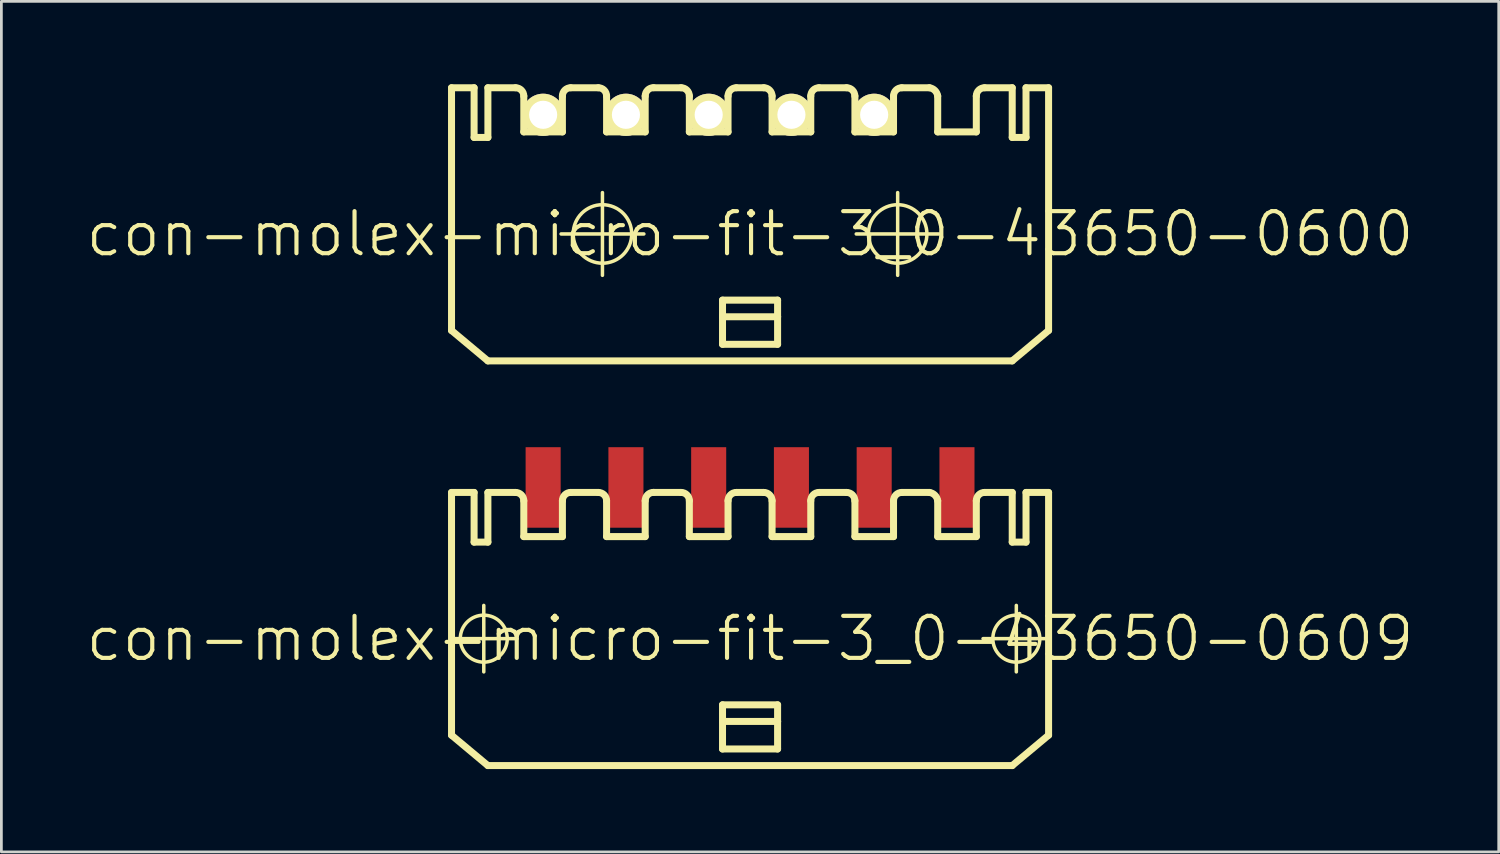
<source format=kicad_pcb>
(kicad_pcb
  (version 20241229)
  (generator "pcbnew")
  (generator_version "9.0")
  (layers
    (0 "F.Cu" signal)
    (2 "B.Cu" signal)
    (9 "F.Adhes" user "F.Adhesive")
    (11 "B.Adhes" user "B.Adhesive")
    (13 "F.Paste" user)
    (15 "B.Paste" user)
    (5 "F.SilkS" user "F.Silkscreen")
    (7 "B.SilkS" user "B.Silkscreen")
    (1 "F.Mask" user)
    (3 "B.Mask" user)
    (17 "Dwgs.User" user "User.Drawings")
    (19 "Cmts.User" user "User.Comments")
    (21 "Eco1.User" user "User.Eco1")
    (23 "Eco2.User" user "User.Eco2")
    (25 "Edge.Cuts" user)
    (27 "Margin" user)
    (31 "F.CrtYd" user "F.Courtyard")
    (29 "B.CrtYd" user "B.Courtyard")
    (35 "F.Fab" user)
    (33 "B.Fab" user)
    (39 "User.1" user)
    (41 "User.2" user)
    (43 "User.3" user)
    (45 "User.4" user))
  (footprint "con-molex-micro-fit-3_0-43650-0600"
    (layer "F.Cu")
    (at 24.13 5.428)
    (property "Reference" "con-molex-micro-fit-3_0-43650-0600" (at 0 0 0) (layer "F.SilkS") (effects (font (size 1.524 1.524) (thickness 0.15))))
    (attr exclude_from_pos_files exclude_from_bom)
    (fp_line (start -10.818 -5.298) (end -10 -5.298) (stroke (width 0.254) (type solid)) (layer "F.SilkS"))
    (fp_line (start -10.818 3.498) (end -10.818 -5.298) (stroke (width 0.254) (type solid)) (layer "F.SilkS"))
    (fp_line (start -10.818 3.498) (end -9.5 4.6) (stroke (width 0.254) (type solid)) (layer "F.SilkS"))
    (fp_line (start -10 -5.298) (end -10 -3.498) (stroke (width 0.254) (type solid)) (layer "F.SilkS"))
    (fp_line (start -10 -3.498) (end -9.5 -3.498) (stroke (width 0.254) (type solid)) (layer "F.SilkS"))
    (fp_line (start -9.5 -5.298) (end -8.499 -5.298) (stroke (width 0.254) (type solid)) (layer "F.SilkS"))
    (fp_line (start -9.5 -3.498) (end -9.5 -5.298) (stroke (width 0.254) (type solid)) (layer "F.SilkS"))
    (fp_line (start -8.199 -3.698) (end -8.199 -4.999) (stroke (width 0.254) (type solid)) (layer "F.SilkS"))
    (fp_line (start -8.199 -3.698) (end -6.8 -3.698) (stroke (width 0.254) (type solid)) (layer "F.SilkS"))
    (fp_line (start -6.848 0) (end -3.848 0) (stroke (width 0.127) (type solid)) (layer "F.SilkS"))
    (fp_line (start -6.8 -3.698) (end -6.8 -4.999) (stroke (width 0.254) (type solid)) (layer "F.SilkS"))
    (fp_line (start -6.5 -5.298) (end -5.499 -5.298) (stroke (width 0.254) (type solid)) (layer "F.SilkS"))
    (fp_line (start -5.349 1.499) (end -5.349 -1.499) (stroke (width 0.127) (type solid)) (layer "F.SilkS"))
    (fp_line (start -5.199 -3.698) (end -5.199 -4.999) (stroke (width 0.254) (type solid)) (layer "F.SilkS"))
    (fp_line (start -5.199 -3.698) (end -3.8 -3.698) (stroke (width 0.254) (type solid)) (layer "F.SilkS"))
    (fp_line (start -3.8 -3.698) (end -3.8 -4.999) (stroke (width 0.254) (type solid)) (layer "F.SilkS"))
    (fp_line (start -3.498 -5.298) (end -2.499 -5.298) (stroke (width 0.254) (type solid)) (layer "F.SilkS"))
    (fp_line (start -2.2 -3.698) (end -2.2 -4.999) (stroke (width 0.254) (type solid)) (layer "F.SilkS"))
    (fp_line (start -2.2 -3.698) (end -0.798 -3.698) (stroke (width 0.254) (type solid)) (layer "F.SilkS"))
    (fp_line (start -0.998 2.398) (end 0.998 2.398) (stroke (width 0.254) (type solid)) (layer "F.SilkS"))
    (fp_line (start -0.998 3) (end -0.998 2.398) (stroke (width 0.254) (type solid)) (layer "F.SilkS"))
    (fp_line (start -0.998 3) (end 0.998 3) (stroke (width 0.254) (type solid)) (layer "F.SilkS"))
    (fp_line (start -0.998 3.998) (end -0.998 3) (stroke (width 0.254) (type solid)) (layer "F.SilkS"))
    (fp_line (start -0.798 -3.698) (end -0.798 -4.999) (stroke (width 0.254) (type solid)) (layer "F.SilkS"))
    (fp_line (start -0.498 -5.298) (end 0.498 -5.298) (stroke (width 0.254) (type solid)) (layer "F.SilkS"))
    (fp_line (start 0.798 -3.698) (end 0.798 -4.999) (stroke (width 0.254) (type solid)) (layer "F.SilkS"))
    (fp_line (start 0.798 -3.698) (end 2.2 -3.698) (stroke (width 0.254) (type solid)) (layer "F.SilkS"))
    (fp_line (start 0.998 2.398) (end 0.998 3) (stroke (width 0.254) (type solid)) (layer "F.SilkS"))
    (fp_line (start 0.998 3) (end 0.998 3.998) (stroke (width 0.254) (type solid)) (layer "F.SilkS"))
    (fp_line (start 0.998 3.998) (end -0.998 3.998) (stroke (width 0.254) (type solid)) (layer "F.SilkS"))
    (fp_line (start 2.2 -3.698) (end 2.2 -4.999) (stroke (width 0.254) (type solid)) (layer "F.SilkS"))
    (fp_line (start 2.499 -5.298) (end 3.498 -5.298) (stroke (width 0.254) (type solid)) (layer "F.SilkS"))
    (fp_line (start 3.8 -3.698) (end 3.8 -4.999) (stroke (width 0.254) (type solid)) (layer "F.SilkS"))
    (fp_line (start 3.8 -3.698) (end 5.199 -3.698) (stroke (width 0.254) (type solid)) (layer "F.SilkS"))
    (fp_line (start 3.848 0) (end 6.848 0) (stroke (width 0.127) (type solid)) (layer "F.SilkS"))
    (fp_line (start 5.199 -3.698) (end 5.199 -4.999) (stroke (width 0.254) (type solid)) (layer "F.SilkS"))
    (fp_line (start 5.349 1.499) (end 5.349 -1.499) (stroke (width 0.127) (type solid)) (layer "F.SilkS"))
    (fp_line (start 5.499 -5.298) (end 6.5 -5.298) (stroke (width 0.254) (type solid)) (layer "F.SilkS"))
    (fp_line (start 6.8 -4.999) (end 6.8 -3.698) (stroke (width 0.254) (type solid)) (layer "F.SilkS"))
    (fp_line (start 6.8 -3.698) (end 8.199 -3.698) (stroke (width 0.254) (type solid)) (layer "F.SilkS"))
    (fp_line (start 8.199 -3.698) (end 8.199 -4.999) (stroke (width 0.254) (type solid)) (layer "F.SilkS"))
    (fp_line (start 8.499 -5.298) (end 9.5 -5.298) (stroke (width 0.254) (type solid)) (layer "F.SilkS"))
    (fp_line (start 9.5 -3.498) (end 9.5 -5.298) (stroke (width 0.254) (type solid)) (layer "F.SilkS"))
    (fp_line (start 9.5 4.6) (end -9.5 4.6) (stroke (width 0.254) (type solid)) (layer "F.SilkS"))
    (fp_line (start 10 -5.298) (end 10 -3.498) (stroke (width 0.254) (type solid)) (layer "F.SilkS"))
    (fp_line (start 10 -5.298) (end 10.818 -5.298) (stroke (width 0.254) (type solid)) (layer "F.SilkS"))
    (fp_line (start 10 -3.498) (end 9.5 -3.498) (stroke (width 0.254) (type solid)) (layer "F.SilkS"))
    (fp_line (start 10.818 -5.298) (end 10.818 3.498) (stroke (width 0.254) (type solid)) (layer "F.SilkS"))
    (fp_line (start 10.818 3.498) (end 9.5 4.6) (stroke (width 0.254) (type solid)) (layer "F.SilkS"))
    (fp_arc (start -8.49884 -5.29844) (mid -8.286906 -5.210654) (end -8.19912 -4.99872) (stroke (width 0.254) (type solid)) (layer "F.SilkS"))
    (fp_arc (start -6.79958 -4.99872) (mid -6.711794 -5.210654) (end -6.49986 -5.29844) (stroke (width 0.254) (type solid)) (layer "F.SilkS"))
    (fp_arc (start -5.4991 -5.29844) (mid -5.287166 -5.210654) (end -5.19938 -4.99872) (stroke (width 0.254) (type solid)) (layer "F.SilkS"))
    (fp_arc (start -3.79984 -4.99872) (mid -3.71131 -5.21245) (end -3.49758 -5.30098) (stroke (width 0.254) (type solid)) (layer "F.SilkS"))
    (fp_arc (start -2.49936 -5.29844) (mid -2.287426 -5.210654) (end -2.19964 -4.99872) (stroke (width 0.254) (type solid)) (layer "F.SilkS"))
    (fp_arc (start -0.79756 -4.99872) (mid -0.709774 -5.210654) (end -0.49784 -5.29844) (stroke (width 0.254) (type solid)) (layer "F.SilkS"))
    (fp_arc (start 0.49784 -5.29844) (mid 0.709774 -5.210654) (end 0.79756 -4.99872) (stroke (width 0.254) (type solid)) (layer "F.SilkS"))
    (fp_arc (start 2.19964 -4.99872) (mid 2.287426 -5.210654) (end 2.49936 -5.29844) (stroke (width 0.254) (type solid)) (layer "F.SilkS"))
    (fp_arc (start 3.49758 -5.29844) (mid 3.709514 -5.210654) (end 3.7973 -4.99872) (stroke (width 0.254) (type solid)) (layer "F.SilkS"))
    (fp_arc (start 5.19938 -4.99872) (mid 5.287166 -5.210654) (end 5.4991 -5.29844) (stroke (width 0.254) (type solid)) (layer "F.SilkS"))
    (fp_arc (start 6.49986 -5.29844) (mid 6.699925 -5.197943) (end 6.799749 -4.997541) (stroke (width 0.254) (type solid)) (layer "F.SilkS"))
    (fp_arc (start 8.19912 -4.99872) (mid 8.286906 -5.210654) (end 8.49884 -5.29844) (stroke (width 0.254) (type solid)) (layer "F.SilkS"))
    (fp_circle (center -5.349 0) (end -6.099 0.749) (stroke (width 0.127) (type solid)) (fill no) (layer "F.SilkS"))
    (fp_circle (center 5.349 0) (end 6.099 0.749) (stroke (width 0.127) (type solid)) (fill no) (layer "F.SilkS"))
    (pad "P$1" thru_hole rect (at 7.498 -4.318) (size 0.001 0.001) (drill 1.019) (layers "*.Cu" "F.Mask" "F.SilkS" "F.Paste"))
    (pad "P$2" thru_hole circle (at 4.498 -4.318) (size 1.529 1.529) (drill 1.019) (layers "*.Cu" "F.Mask" "F.SilkS" "F.Paste"))
    (pad "P$3" thru_hole circle (at 1.499 -4.318) (size 1.529 1.529) (drill 1.019) (layers "*.Cu" "F.Mask" "F.SilkS" "F.Paste"))
    (pad "P$4" thru_hole circle (at -1.499 -4.318) (size 1.529 1.529) (drill 1.019) (layers "*.Cu" "F.Mask" "F.SilkS" "F.Paste"))
    (pad "P$5" thru_hole circle (at -4.498 -4.318) (size 1.529 1.529) (drill 1.019) (layers "*.Cu" "F.Mask" "F.SilkS" "F.Paste"))
    (pad "P$6" thru_hole circle (at -7.498 -4.318) (size 1.529 1.529) (drill 1.019) (layers "*.Cu" "F.Mask" "F.SilkS" "F.Paste")))
  (footprint "con-molex-micro-fit-3_0-43650-0609"
    (layer "F.Cu")
    (at 24.13 20.093)
    (property "Reference" "con-molex-micro-fit-3_0-43650-0609" (at 0 0 0) (layer "F.SilkS") (effects (font (size 1.524 1.524) (thickness 0.15))))
    (attr smd)
    (fp_line (start -10.853 0) (end -8.443 0) (stroke (width 0.127) (type solid)) (layer "F.SilkS"))
    (fp_line (start -10.818 -5.298) (end -10 -5.298) (stroke (width 0.254) (type solid)) (layer "F.SilkS"))
    (fp_line (start -10.818 3.498) (end -10.818 -5.298) (stroke (width 0.254) (type solid)) (layer "F.SilkS"))
    (fp_line (start -10.818 3.498) (end -9.5 4.6) (stroke (width 0.254) (type solid)) (layer "F.SilkS"))
    (fp_line (start -10 -5.298) (end -10 -3.498) (stroke (width 0.254) (type solid)) (layer "F.SilkS"))
    (fp_line (start -10 -3.498) (end -9.5 -3.498) (stroke (width 0.254) (type solid)) (layer "F.SilkS"))
    (fp_line (start -9.649 1.204) (end -9.649 -1.204) (stroke (width 0.127) (type solid)) (layer "F.SilkS"))
    (fp_line (start -9.5 -5.298) (end -8.499 -5.298) (stroke (width 0.254) (type solid)) (layer "F.SilkS"))
    (fp_line (start -9.5 -3.498) (end -9.5 -5.298) (stroke (width 0.254) (type solid)) (layer "F.SilkS"))
    (fp_line (start -8.199 -3.698) (end -8.199 -4.999) (stroke (width 0.254) (type solid)) (layer "F.SilkS"))
    (fp_line (start -8.199 -3.698) (end -6.8 -3.698) (stroke (width 0.254) (type solid)) (layer "F.SilkS"))
    (fp_line (start -6.8 -3.698) (end -6.8 -4.999) (stroke (width 0.254) (type solid)) (layer "F.SilkS"))
    (fp_line (start -6.5 -5.298) (end -5.499 -5.298) (stroke (width 0.254) (type solid)) (layer "F.SilkS"))
    (fp_line (start -5.199 -3.698) (end -5.199 -4.999) (stroke (width 0.254) (type solid)) (layer "F.SilkS"))
    (fp_line (start -5.199 -3.698) (end -3.8 -3.698) (stroke (width 0.254) (type solid)) (layer "F.SilkS"))
    (fp_line (start -3.8 -3.698) (end -3.8 -4.999) (stroke (width 0.254) (type solid)) (layer "F.SilkS"))
    (fp_line (start -3.498 -5.298) (end -2.499 -5.298) (stroke (width 0.254) (type solid)) (layer "F.SilkS"))
    (fp_line (start -2.2 -3.698) (end -2.2 -4.999) (stroke (width 0.254) (type solid)) (layer "F.SilkS"))
    (fp_line (start -2.2 -3.698) (end -0.798 -3.698) (stroke (width 0.254) (type solid)) (layer "F.SilkS"))
    (fp_line (start -0.998 2.398) (end 0.998 2.398) (stroke (width 0.254) (type solid)) (layer "F.SilkS"))
    (fp_line (start -0.998 3) (end -0.998 2.398) (stroke (width 0.254) (type solid)) (layer "F.SilkS"))
    (fp_line (start -0.998 3) (end 0.998 3) (stroke (width 0.254) (type solid)) (layer "F.SilkS"))
    (fp_line (start -0.998 3.998) (end -0.998 3) (stroke (width 0.254) (type solid)) (layer "F.SilkS"))
    (fp_line (start -0.798 -3.698) (end -0.798 -4.999) (stroke (width 0.254) (type solid)) (layer "F.SilkS"))
    (fp_line (start -0.498 -5.298) (end 0.498 -5.298) (stroke (width 0.254) (type solid)) (layer "F.SilkS"))
    (fp_line (start 0.798 -3.698) (end 0.798 -4.999) (stroke (width 0.254) (type solid)) (layer "F.SilkS"))
    (fp_line (start 0.798 -3.698) (end 2.2 -3.698) (stroke (width 0.254) (type solid)) (layer "F.SilkS"))
    (fp_line (start 0.998 2.398) (end 0.998 3) (stroke (width 0.254) (type solid)) (layer "F.SilkS"))
    (fp_line (start 0.998 3) (end 0.998 3.998) (stroke (width 0.254) (type solid)) (layer "F.SilkS"))
    (fp_line (start 0.998 3.998) (end -0.998 3.998) (stroke (width 0.254) (type solid)) (layer "F.SilkS"))
    (fp_line (start 2.2 -3.698) (end 2.2 -4.999) (stroke (width 0.254) (type solid)) (layer "F.SilkS"))
    (fp_line (start 2.499 -5.298) (end 3.498 -5.298) (stroke (width 0.254) (type solid)) (layer "F.SilkS"))
    (fp_line (start 3.8 -3.698) (end 3.8 -4.999) (stroke (width 0.254) (type solid)) (layer "F.SilkS"))
    (fp_line (start 3.8 -3.698) (end 5.199 -3.698) (stroke (width 0.254) (type solid)) (layer "F.SilkS"))
    (fp_line (start 5.199 -3.698) (end 5.199 -4.999) (stroke (width 0.254) (type solid)) (layer "F.SilkS"))
    (fp_line (start 5.499 -5.298) (end 6.5 -5.298) (stroke (width 0.254) (type solid)) (layer "F.SilkS"))
    (fp_line (start 6.8 -4.999) (end 6.8 -3.698) (stroke (width 0.254) (type solid)) (layer "F.SilkS"))
    (fp_line (start 6.8 -3.698) (end 8.199 -3.698) (stroke (width 0.254) (type solid)) (layer "F.SilkS"))
    (fp_line (start 8.199 -3.698) (end 8.199 -4.999) (stroke (width 0.254) (type solid)) (layer "F.SilkS"))
    (fp_line (start 8.443 0) (end 10.853 0) (stroke (width 0.127) (type solid)) (layer "F.SilkS"))
    (fp_line (start 8.499 -5.298) (end 9.5 -5.298) (stroke (width 0.254) (type solid)) (layer "F.SilkS"))
    (fp_line (start 9.5 -3.498) (end 9.5 -5.298) (stroke (width 0.254) (type solid)) (layer "F.SilkS"))
    (fp_line (start 9.5 4.6) (end -9.5 4.6) (stroke (width 0.254) (type solid)) (layer "F.SilkS"))
    (fp_line (start 9.649 1.204) (end 9.649 -1.204) (stroke (width 0.127) (type solid)) (layer "F.SilkS"))
    (fp_line (start 10 -5.298) (end 10 -3.498) (stroke (width 0.254) (type solid)) (layer "F.SilkS"))
    (fp_line (start 10 -5.298) (end 10.818 -5.298) (stroke (width 0.254) (type solid)) (layer "F.SilkS"))
    (fp_line (start 10 -3.498) (end 9.5 -3.498) (stroke (width 0.254) (type solid)) (layer "F.SilkS"))
    (fp_line (start 10.818 -5.298) (end 10.818 3.498) (stroke (width 0.254) (type solid)) (layer "F.SilkS"))
    (fp_line (start 10.818 3.498) (end 9.5 4.6) (stroke (width 0.254) (type solid)) (layer "F.SilkS"))
    (fp_arc (start -8.49884 -5.29844) (mid -8.286906 -5.210654) (end -8.19912 -4.99872) (stroke (width 0.254) (type solid)) (layer "F.SilkS"))
    (fp_arc (start -6.79958 -4.99872) (mid -6.711794 -5.210654) (end -6.49986 -5.29844) (stroke (width 0.254) (type solid)) (layer "F.SilkS"))
    (fp_arc (start -5.4991 -5.29844) (mid -5.287166 -5.210654) (end -5.19938 -4.99872) (stroke (width 0.254) (type solid)) (layer "F.SilkS"))
    (fp_arc (start -3.79984 -4.99872) (mid -3.71131 -5.21245) (end -3.49758 -5.30098) (stroke (width 0.254) (type solid)) (layer "F.SilkS"))
    (fp_arc (start -2.49936 -5.29844) (mid -2.287426 -5.210654) (end -2.19964 -4.99872) (stroke (width 0.254) (type solid)) (layer "F.SilkS"))
    (fp_arc (start -0.79756 -4.99872) (mid -0.709774 -5.210654) (end -0.49784 -5.29844) (stroke (width 0.254) (type solid)) (layer "F.SilkS"))
    (fp_arc (start 0.49784 -5.29844) (mid 0.709774 -5.210654) (end 0.79756 -4.99872) (stroke (width 0.254) (type solid)) (layer "F.SilkS"))
    (fp_arc (start 2.19964 -4.99872) (mid 2.287426 -5.210654) (end 2.49936 -5.29844) (stroke (width 0.254) (type solid)) (layer "F.SilkS"))
    (fp_arc (start 3.49758 -5.29844) (mid 3.709514 -5.210654) (end 3.7973 -4.99872) (stroke (width 0.254) (type solid)) (layer "F.SilkS"))
    (fp_arc (start 5.19938 -4.99872) (mid 5.287166 -5.210654) (end 5.4991 -5.29844) (stroke (width 0.254) (type solid)) (layer "F.SilkS"))
    (fp_arc (start 6.49986 -5.29844) (mid 6.699925 -5.197943) (end 6.799749 -4.997541) (stroke (width 0.254) (type solid)) (layer "F.SilkS"))
    (fp_arc (start 8.19912 -4.99872) (mid 8.286906 -5.210654) (end 8.49884 -5.29844) (stroke (width 0.254) (type solid)) (layer "F.SilkS"))
    (fp_circle (center -9.649 0) (end -10.251 0.602) (stroke (width 0.127) (type solid)) (fill no) (layer "F.SilkS"))
    (fp_circle (center 9.649 0) (end 10.251 0.602) (stroke (width 0.127) (type solid)) (fill no) (layer "F.SilkS"))
    (pad "P$1" smd rect (at 7.498 -5.479) (size 1.27 2.918) (layers "F.Cu" "F.Mask" "F.Paste"))
    (pad "P$2" smd rect (at 4.498 -5.479) (size 1.27 2.918) (layers "F.Cu" "F.Mask" "F.Paste"))
    (pad "P$3" smd rect (at 1.499 -5.479) (size 1.27 2.918) (layers "F.Cu" "F.Mask" "F.Paste"))
    (pad "P$4" smd rect (at -1.499 -5.479) (size 1.27 2.918) (layers "F.Cu" "F.Mask" "F.Paste"))
    (pad "P$5" smd rect (at -4.498 -5.479) (size 1.27 2.918) (layers "F.Cu" "F.Mask" "F.Paste"))
    (pad "P$6" smd rect (at -7.498 -5.479) (size 1.27 2.918) (layers "F.Cu" "F.Mask" "F.Paste")))
  (gr_rect
    (start -3 -3)
    (end 51.26 27.82)
    (stroke (width 0.1) (type default))
    (fill no)
    (layer "Edge.Cuts")))
</source>
